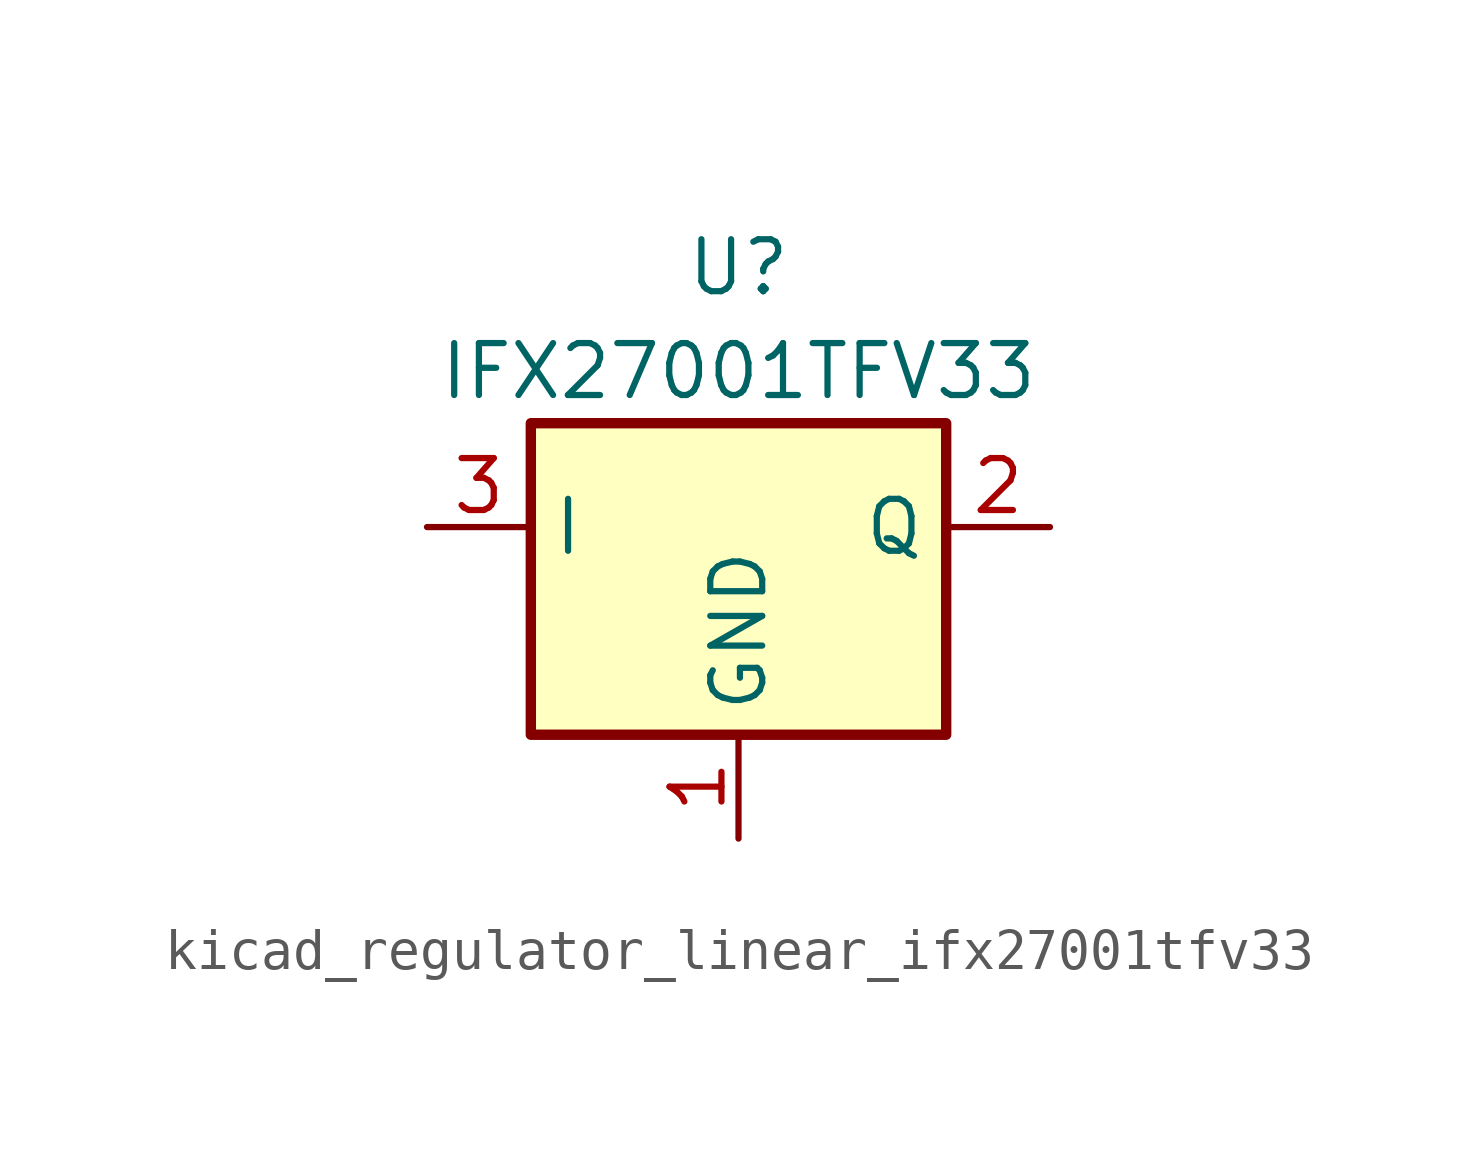
<source format=kicad_sym>
(kicad_symbol_lib
  (version 20220914)
  (generator kicad_symbol_editor)
  (symbol "kicad_regulator_linear_ifx27001tfv33"
    (property "Reference" "U"
      (at 0 6.35 0)
      (effects (font (size 1.27 1.27))))
    (property "Value" "IFX27001TFV33"
      (at 0 3.81 0)
      (effects (font (size 1.27 1.27))))
    (symbol "kicad_regulator_linear_ifx27001tfv33_1_1"
      (rectangle (start -5.08 2.54) (end 5.08 -5.08) (stroke (width 0.254) (type default)) (fill (type background)))
      (pin power_in line (at 0 -7.62 90) (length 2.54) (name "GND" (effects (font (size 1.27 1.27)))) (number "1" (effects (font (size 1.27 1.27)))))
      (pin power_out line (at 7.62 0 180) (length 2.54) (name "Q" (effects (font (size 1.27 1.27)))) (number "2" (effects (font (size 1.27 1.27)))))
      (pin power_in line (at -7.62 0 0) (length 2.54) (name "I" (effects (font (size 1.27 1.27)))) (number "3" (effects (font (size 1.27 1.27))))))))
</source>
